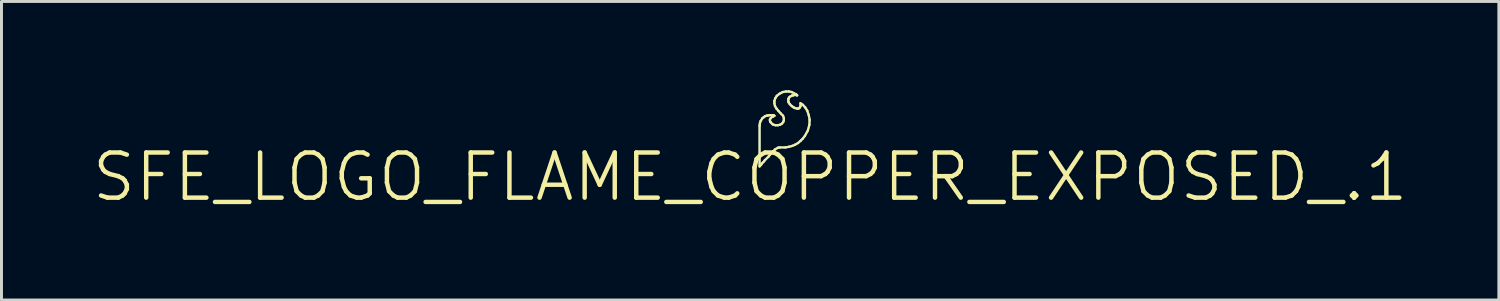
<source format=kicad_pcb>
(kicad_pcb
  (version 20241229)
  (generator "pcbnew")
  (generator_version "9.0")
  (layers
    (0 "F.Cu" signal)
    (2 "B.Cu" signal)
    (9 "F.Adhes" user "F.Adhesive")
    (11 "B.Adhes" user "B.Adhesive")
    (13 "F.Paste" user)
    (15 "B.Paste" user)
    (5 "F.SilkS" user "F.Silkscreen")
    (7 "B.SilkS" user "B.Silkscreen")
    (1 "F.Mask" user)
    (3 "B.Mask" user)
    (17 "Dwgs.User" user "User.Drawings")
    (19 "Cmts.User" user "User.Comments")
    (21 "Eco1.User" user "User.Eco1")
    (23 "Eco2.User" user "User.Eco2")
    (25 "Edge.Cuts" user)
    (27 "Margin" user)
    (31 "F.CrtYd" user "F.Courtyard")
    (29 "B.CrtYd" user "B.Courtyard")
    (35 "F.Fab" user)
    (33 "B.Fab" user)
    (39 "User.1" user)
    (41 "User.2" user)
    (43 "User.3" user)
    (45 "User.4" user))
  (footprint "SFE_LOGO_FLAME_COPPER_EXPOSED_.1"
    (layer "F.Cu")
    (at 22.279 2.926)
    (property "Reference" "SFE_LOGO_FLAME_COPPER_EXPOSED_.1" (at 0 0 0) (layer "F.SilkS") (effects (font (size 1.524 1.524) (thickness 0.15))))
    (attr exclude_from_pos_files exclude_from_bom)
    (fp_line (start 0.318 -1.73) (end 0.318 -0.358) (stroke (width 0.076) (type solid)) (layer "B.Cu"))
    (fp_line (start 0.318 -0.358) (end 0.368 -0.409) (stroke (width 0.076) (type solid)) (layer "B.Cu"))
    (fp_line (start 0.328 -1.808) (end 0.318 -1.73) (stroke (width 0.076) (type solid)) (layer "B.Cu"))
    (fp_line (start 0.348 -1.88) (end 0.328 -1.808) (stroke (width 0.076) (type solid)) (layer "B.Cu"))
    (fp_line (start 0.368 -0.409) (end 0.399 -0.46) (stroke (width 0.076) (type solid)) (layer "B.Cu"))
    (fp_line (start 0.399 -0.46) (end 0.45 -0.508) (stroke (width 0.076) (type solid)) (layer "B.Cu"))
    (fp_line (start 0.409 -1.979) (end 0.348 -1.88) (stroke (width 0.076) (type solid)) (layer "B.Cu"))
    (fp_line (start 0.45 -0.508) (end 0.498 -0.569) (stroke (width 0.076) (type solid)) (layer "B.Cu"))
    (fp_line (start 0.46 -2.019) (end 0.409 -1.979) (stroke (width 0.076) (type solid)) (layer "B.Cu"))
    (fp_line (start 0.498 -2.05) (end 0.46 -2.019) (stroke (width 0.076) (type solid)) (layer "B.Cu"))
    (fp_line (start 0.498 -0.569) (end 0.62 -0.688) (stroke (width 0.076) (type solid)) (layer "B.Cu"))
    (fp_line (start 0.549 -2.068) (end 0.498 -2.05) (stroke (width 0.076) (type solid)) (layer "B.Cu"))
    (fp_line (start 0.599 -2.078) (end 0.549 -2.068) (stroke (width 0.076) (type solid)) (layer "B.Cu"))
    (fp_line (start 0.62 -0.688) (end 0.739 -0.828) (stroke (width 0.076) (type solid)) (layer "B.Cu"))
    (fp_line (start 0.658 -2.088) (end 0.599 -2.078) (stroke (width 0.076) (type solid)) (layer "B.Cu"))
    (fp_line (start 0.668 -1.938) (end 0.678 -1.968) (stroke (width 0.076) (type solid)) (layer "B.Cu"))
    (fp_line (start 0.668 -1.9) (end 0.668 -1.938) (stroke (width 0.076) (type solid)) (layer "B.Cu"))
    (fp_line (start 0.678 -1.968) (end 0.739 -2.029) (stroke (width 0.076) (type solid)) (layer "B.Cu"))
    (fp_line (start 0.678 -1.869) (end 0.668 -1.9) (stroke (width 0.076) (type solid)) (layer "B.Cu"))
    (fp_line (start 0.699 -1.839) (end 0.678 -1.869) (stroke (width 0.076) (type solid)) (layer "B.Cu"))
    (fp_line (start 0.739 -2.029) (end 0.77 -2.04) (stroke (width 0.076) (type solid)) (layer "B.Cu"))
    (fp_line (start 0.739 -0.828) (end 0.838 -0.93) (stroke (width 0.076) (type solid)) (layer "B.Cu"))
    (fp_line (start 0.759 -1.778) (end 0.699 -1.839) (stroke (width 0.076) (type solid)) (layer "B.Cu"))
    (fp_line (start 0.77 -2.04) (end 0.808 -2.06) (stroke (width 0.076) (type solid)) (layer "B.Cu"))
    (fp_line (start 0.78 -2.088) (end 0.658 -2.088) (stroke (width 0.076) (type solid)) (layer "B.Cu"))
    (fp_line (start 0.808 -2.06) (end 0.818 -2.068) (stroke (width 0.076) (type solid)) (layer "B.Cu"))
    (fp_line (start 0.808 -1.758) (end 0.759 -1.778) (stroke (width 0.076) (type solid)) (layer "B.Cu"))
    (fp_line (start 0.818 -2.568) (end 0.818 -2.489) (stroke (width 0.076) (type solid)) (layer "B.Cu"))
    (fp_line (start 0.818 -2.489) (end 0.838 -2.398) (stroke (width 0.076) (type solid)) (layer "B.Cu"))
    (fp_line (start 0.818 -2.068) (end 0.78 -2.088) (stroke (width 0.076) (type solid)) (layer "B.Cu"))
    (fp_line (start 0.838 -2.398) (end 0.889 -2.309) (stroke (width 0.076) (type solid)) (layer "B.Cu"))
    (fp_line (start 0.838 -0.93) (end 0.94 -0.988) (stroke (width 0.076) (type solid)) (layer "B.Cu"))
    (fp_line (start 0.848 -2.659) (end 0.818 -2.568) (stroke (width 0.076) (type solid)) (layer "B.Cu"))
    (fp_line (start 0.859 -1.748) (end 0.808 -1.758) (stroke (width 0.076) (type solid)) (layer "B.Cu"))
    (fp_line (start 0.889 -2.309) (end 0.958 -2.228) (stroke (width 0.076) (type solid)) (layer "B.Cu"))
    (fp_line (start 0.899 -2.738) (end 0.848 -2.659) (stroke (width 0.076) (type solid)) (layer "B.Cu"))
    (fp_line (start 0.94 -1.748) (end 0.859 -1.748) (stroke (width 0.076) (type solid)) (layer "B.Cu"))
    (fp_line (start 0.94 -0.988) (end 0.998 -0.998) (stroke (width 0.076) (type solid)) (layer "B.Cu"))
    (fp_line (start 0.958 -2.228) (end 1.039 -2.139) (stroke (width 0.076) (type solid)) (layer "B.Cu"))
    (fp_line (start 0.988 -2.809) (end 0.899 -2.738) (stroke (width 0.076) (type solid)) (layer "B.Cu"))
    (fp_line (start 0.998 -0.998) (end 1.189 -0.998) (stroke (width 0.076) (type solid)) (layer "B.Cu"))
    (fp_line (start 1.019 -1.768) (end 0.94 -1.748) (stroke (width 0.076) (type solid)) (layer "B.Cu"))
    (fp_line (start 1.039 -2.139) (end 1.11 -2.068) (stroke (width 0.076) (type solid)) (layer "B.Cu"))
    (fp_line (start 1.079 -1.808) (end 1.019 -1.768) (stroke (width 0.076) (type solid)) (layer "B.Cu"))
    (fp_line (start 1.1 -2.868) (end 0.988 -2.809) (stroke (width 0.076) (type solid)) (layer "B.Cu"))
    (fp_line (start 1.11 -2.068) (end 1.138 -1.989) (stroke (width 0.076) (type solid)) (layer "B.Cu"))
    (fp_line (start 1.118 -1.859) (end 1.079 -1.808) (stroke (width 0.076) (type solid)) (layer "B.Cu"))
    (fp_line (start 1.138 -1.989) (end 1.138 -1.918) (stroke (width 0.076) (type solid)) (layer "B.Cu"))
    (fp_line (start 1.138 -1.918) (end 1.118 -1.859) (stroke (width 0.076) (type solid)) (layer "B.Cu"))
    (fp_line (start 1.189 -0.998) (end 1.308 -1.019) (stroke (width 0.076) (type solid)) (layer "B.Cu"))
    (fp_line (start 1.209 -2.888) (end 1.1 -2.868) (stroke (width 0.076) (type solid)) (layer "B.Cu"))
    (fp_line (start 1.288 -2.619) (end 1.298 -2.649) (stroke (width 0.076) (type solid)) (layer "B.Cu"))
    (fp_line (start 1.288 -2.558) (end 1.288 -2.619) (stroke (width 0.076) (type solid)) (layer "B.Cu"))
    (fp_line (start 1.298 -2.649) (end 1.308 -2.67) (stroke (width 0.076) (type solid)) (layer "B.Cu"))
    (fp_line (start 1.298 -2.52) (end 1.288 -2.558) (stroke (width 0.076) (type solid)) (layer "B.Cu"))
    (fp_line (start 1.308 -2.888) (end 1.209 -2.888) (stroke (width 0.076) (type solid)) (layer "B.Cu"))
    (fp_line (start 1.308 -2.67) (end 1.328 -2.697) (stroke (width 0.076) (type solid)) (layer "B.Cu"))
    (fp_line (start 1.308 -1.019) (end 1.42 -1.049) (stroke (width 0.076) (type solid)) (layer "B.Cu"))
    (fp_line (start 1.328 -2.697) (end 1.369 -2.728) (stroke (width 0.076) (type solid)) (layer "B.Cu"))
    (fp_line (start 1.339 -2.459) (end 1.298 -2.52) (stroke (width 0.076) (type solid)) (layer "B.Cu"))
    (fp_line (start 1.369 -2.728) (end 1.41 -2.748) (stroke (width 0.076) (type solid)) (layer "B.Cu"))
    (fp_line (start 1.4 -2.868) (end 1.308 -2.888) (stroke (width 0.076) (type solid)) (layer "B.Cu"))
    (fp_line (start 1.4 -2.398) (end 1.339 -2.459) (stroke (width 0.076) (type solid)) (layer "B.Cu"))
    (fp_line (start 1.41 -2.748) (end 1.458 -2.758) (stroke (width 0.076) (type solid)) (layer "B.Cu"))
    (fp_line (start 1.42 -1.049) (end 1.519 -1.09) (stroke (width 0.076) (type solid)) (layer "B.Cu"))
    (fp_line (start 1.438 -2.37) (end 1.4 -2.398) (stroke (width 0.076) (type solid)) (layer "B.Cu"))
    (fp_line (start 1.458 -2.758) (end 1.499 -2.769) (stroke (width 0.076) (type solid)) (layer "B.Cu"))
    (fp_line (start 1.468 -2.349) (end 1.438 -2.37) (stroke (width 0.076) (type solid)) (layer "B.Cu"))
    (fp_line (start 1.499 -2.769) (end 1.56 -2.769) (stroke (width 0.076) (type solid)) (layer "B.Cu"))
    (fp_line (start 1.509 -2.329) (end 1.468 -2.349) (stroke (width 0.076) (type solid)) (layer "B.Cu"))
    (fp_line (start 1.519 -1.09) (end 1.618 -1.148) (stroke (width 0.076) (type solid)) (layer "B.Cu"))
    (fp_line (start 1.539 -2.799) (end 1.4 -2.868) (stroke (width 0.076) (type solid)) (layer "B.Cu"))
    (fp_line (start 1.56 -2.769) (end 1.58 -2.758) (stroke (width 0.076) (type solid)) (layer "B.Cu"))
    (fp_line (start 1.58 -2.769) (end 1.539 -2.799) (stroke (width 0.076) (type solid)) (layer "B.Cu"))
    (fp_line (start 1.58 -2.758) (end 1.587 -2.758) (stroke (width 0.076) (type solid)) (layer "B.Cu"))
    (fp_line (start 1.587 -2.758) (end 1.58 -2.769) (stroke (width 0.076) (type solid)) (layer "B.Cu"))
    (fp_line (start 1.587 -2.309) (end 1.509 -2.329) (stroke (width 0.076) (type solid)) (layer "B.Cu"))
    (fp_line (start 1.618 -2.309) (end 1.587 -2.309) (stroke (width 0.076) (type solid)) (layer "B.Cu"))
    (fp_line (start 1.618 -1.148) (end 1.699 -1.219) (stroke (width 0.076) (type solid)) (layer "B.Cu"))
    (fp_line (start 1.648 -2.319) (end 1.618 -2.309) (stroke (width 0.076) (type solid)) (layer "B.Cu"))
    (fp_line (start 1.679 -2.349) (end 1.648 -2.319) (stroke (width 0.076) (type solid)) (layer "B.Cu"))
    (fp_line (start 1.689 -2.37) (end 1.679 -2.349) (stroke (width 0.076) (type solid)) (layer "B.Cu"))
    (fp_line (start 1.699 -2.489) (end 1.699 -2.398) (stroke (width 0.076) (type solid)) (layer "B.Cu"))
    (fp_line (start 1.699 -2.398) (end 1.689 -2.37) (stroke (width 0.076) (type solid)) (layer "B.Cu"))
    (fp_line (start 1.699 -1.219) (end 1.778 -1.298) (stroke (width 0.076) (type solid)) (layer "B.Cu"))
    (fp_line (start 1.778 -2.438) (end 1.699 -2.489) (stroke (width 0.076) (type solid)) (layer "B.Cu"))
    (fp_line (start 1.778 -1.298) (end 1.849 -1.389) (stroke (width 0.076) (type solid)) (layer "B.Cu"))
    (fp_line (start 1.849 -1.389) (end 1.948 -1.57) (stroke (width 0.076) (type solid)) (layer "B.Cu"))
    (fp_line (start 1.859 -2.349) (end 1.778 -2.438) (stroke (width 0.076) (type solid)) (layer "B.Cu"))
    (fp_line (start 1.928 -2.238) (end 1.859 -2.349) (stroke (width 0.076) (type solid)) (layer "B.Cu"))
    (fp_line (start 1.948 -1.57) (end 1.999 -1.758) (stroke (width 0.076) (type solid)) (layer "B.Cu"))
    (fp_line (start 1.979 -2.088) (end 1.928 -2.238) (stroke (width 0.076) (type solid)) (layer "B.Cu"))
    (fp_line (start 1.999 -1.758) (end 2.009 -1.928) (stroke (width 0.076) (type solid)) (layer "B.Cu"))
    (fp_line (start 2.009 -1.928) (end 1.979 -2.088) (stroke (width 0.076) (type solid)) (layer "B.Cu"))
    (fp_line (start 0.318 -1.73) (end 0.318 -0.358) (stroke (width 0.076) (type solid)) (layer "F.SilkS"))
    (fp_line (start 0.318 -0.358) (end 0.368 -0.409) (stroke (width 0.076) (type solid)) (layer "F.SilkS"))
    (fp_line (start 0.328 -1.808) (end 0.318 -1.73) (stroke (width 0.076) (type solid)) (layer "F.SilkS"))
    (fp_line (start 0.348 -1.88) (end 0.328 -1.808) (stroke (width 0.076) (type solid)) (layer "F.SilkS"))
    (fp_line (start 0.368 -0.409) (end 0.399 -0.46) (stroke (width 0.076) (type solid)) (layer "F.SilkS"))
    (fp_line (start 0.399 -0.46) (end 0.45 -0.508) (stroke (width 0.076) (type solid)) (layer "F.SilkS"))
    (fp_line (start 0.409 -1.979) (end 0.348 -1.88) (stroke (width 0.076) (type solid)) (layer "F.SilkS"))
    (fp_line (start 0.45 -0.508) (end 0.498 -0.569) (stroke (width 0.076) (type solid)) (layer "F.SilkS"))
    (fp_line (start 0.46 -2.019) (end 0.409 -1.979) (stroke (width 0.076) (type solid)) (layer "F.SilkS"))
    (fp_line (start 0.498 -2.05) (end 0.46 -2.019) (stroke (width 0.076) (type solid)) (layer "F.SilkS"))
    (fp_line (start 0.498 -0.569) (end 0.62 -0.688) (stroke (width 0.076) (type solid)) (layer "F.SilkS"))
    (fp_line (start 0.549 -2.068) (end 0.498 -2.05) (stroke (width 0.076) (type solid)) (layer "F.SilkS"))
    (fp_line (start 0.599 -2.078) (end 0.549 -2.068) (stroke (width 0.076) (type solid)) (layer "F.SilkS"))
    (fp_line (start 0.62 -0.688) (end 0.739 -0.828) (stroke (width 0.076) (type solid)) (layer "F.SilkS"))
    (fp_line (start 0.658 -2.088) (end 0.599 -2.078) (stroke (width 0.076) (type solid)) (layer "F.SilkS"))
    (fp_line (start 0.668 -1.938) (end 0.678 -1.968) (stroke (width 0.076) (type solid)) (layer "F.SilkS"))
    (fp_line (start 0.668 -1.9) (end 0.668 -1.938) (stroke (width 0.076) (type solid)) (layer "F.SilkS"))
    (fp_line (start 0.678 -1.968) (end 0.739 -2.029) (stroke (width 0.076) (type solid)) (layer "F.SilkS"))
    (fp_line (start 0.678 -1.869) (end 0.668 -1.9) (stroke (width 0.076) (type solid)) (layer "F.SilkS"))
    (fp_line (start 0.699 -1.839) (end 0.678 -1.869) (stroke (width 0.076) (type solid)) (layer "F.SilkS"))
    (fp_line (start 0.739 -2.029) (end 0.77 -2.04) (stroke (width 0.076) (type solid)) (layer "F.SilkS"))
    (fp_line (start 0.739 -0.828) (end 0.838 -0.93) (stroke (width 0.076) (type solid)) (layer "F.SilkS"))
    (fp_line (start 0.759 -1.778) (end 0.699 -1.839) (stroke (width 0.076) (type solid)) (layer "F.SilkS"))
    (fp_line (start 0.77 -2.04) (end 0.808 -2.06) (stroke (width 0.076) (type solid)) (layer "F.SilkS"))
    (fp_line (start 0.78 -2.088) (end 0.658 -2.088) (stroke (width 0.076) (type solid)) (layer "F.SilkS"))
    (fp_line (start 0.808 -2.06) (end 0.818 -2.068) (stroke (width 0.076) (type solid)) (layer "F.SilkS"))
    (fp_line (start 0.808 -1.758) (end 0.759 -1.778) (stroke (width 0.076) (type solid)) (layer "F.SilkS"))
    (fp_line (start 0.818 -2.568) (end 0.818 -2.489) (stroke (width 0.076) (type solid)) (layer "F.SilkS"))
    (fp_line (start 0.818 -2.489) (end 0.838 -2.398) (stroke (width 0.076) (type solid)) (layer "F.SilkS"))
    (fp_line (start 0.818 -2.068) (end 0.78 -2.088) (stroke (width 0.076) (type solid)) (layer "F.SilkS"))
    (fp_line (start 0.838 -2.398) (end 0.889 -2.309) (stroke (width 0.076) (type solid)) (layer "F.SilkS"))
    (fp_line (start 0.838 -0.93) (end 0.94 -0.988) (stroke (width 0.076) (type solid)) (layer "F.SilkS"))
    (fp_line (start 0.848 -2.659) (end 0.818 -2.568) (stroke (width 0.076) (type solid)) (layer "F.SilkS"))
    (fp_line (start 0.859 -1.748) (end 0.808 -1.758) (stroke (width 0.076) (type solid)) (layer "F.SilkS"))
    (fp_line (start 0.889 -2.309) (end 0.958 -2.228) (stroke (width 0.076) (type solid)) (layer "F.SilkS"))
    (fp_line (start 0.899 -2.738) (end 0.848 -2.659) (stroke (width 0.076) (type solid)) (layer "F.SilkS"))
    (fp_line (start 0.94 -1.748) (end 0.859 -1.748) (stroke (width 0.076) (type solid)) (layer "F.SilkS"))
    (fp_line (start 0.94 -0.988) (end 0.998 -0.998) (stroke (width 0.076) (type solid)) (layer "F.SilkS"))
    (fp_line (start 0.958 -2.228) (end 1.039 -2.139) (stroke (width 0.076) (type solid)) (layer "F.SilkS"))
    (fp_line (start 0.988 -2.809) (end 0.899 -2.738) (stroke (width 0.076) (type solid)) (layer "F.SilkS"))
    (fp_line (start 0.998 -0.998) (end 1.189 -0.998) (stroke (width 0.076) (type solid)) (layer "F.SilkS"))
    (fp_line (start 1.019 -1.768) (end 0.94 -1.748) (stroke (width 0.076) (type solid)) (layer "F.SilkS"))
    (fp_line (start 1.039 -2.139) (end 1.11 -2.068) (stroke (width 0.076) (type solid)) (layer "F.SilkS"))
    (fp_line (start 1.079 -1.808) (end 1.019 -1.768) (stroke (width 0.076) (type solid)) (layer "F.SilkS"))
    (fp_line (start 1.1 -2.868) (end 0.988 -2.809) (stroke (width 0.076) (type solid)) (layer "F.SilkS"))
    (fp_line (start 1.11 -2.068) (end 1.138 -1.989) (stroke (width 0.076) (type solid)) (layer "F.SilkS"))
    (fp_line (start 1.118 -1.859) (end 1.079 -1.808) (stroke (width 0.076) (type solid)) (layer "F.SilkS"))
    (fp_line (start 1.138 -1.989) (end 1.138 -1.918) (stroke (width 0.076) (type solid)) (layer "F.SilkS"))
    (fp_line (start 1.138 -1.918) (end 1.118 -1.859) (stroke (width 0.076) (type solid)) (layer "F.SilkS"))
    (fp_line (start 1.189 -0.998) (end 1.308 -1.019) (stroke (width 0.076) (type solid)) (layer "F.SilkS"))
    (fp_line (start 1.209 -2.888) (end 1.1 -2.868) (stroke (width 0.076) (type solid)) (layer "F.SilkS"))
    (fp_line (start 1.288 -2.619) (end 1.298 -2.649) (stroke (width 0.076) (type solid)) (layer "F.SilkS"))
    (fp_line (start 1.288 -2.558) (end 1.288 -2.619) (stroke (width 0.076) (type solid)) (layer "F.SilkS"))
    (fp_line (start 1.298 -2.649) (end 1.308 -2.67) (stroke (width 0.076) (type solid)) (layer "F.SilkS"))
    (fp_line (start 1.298 -2.52) (end 1.288 -2.558) (stroke (width 0.076) (type solid)) (layer "F.SilkS"))
    (fp_line (start 1.308 -2.888) (end 1.209 -2.888) (stroke (width 0.076) (type solid)) (layer "F.SilkS"))
    (fp_line (start 1.308 -2.67) (end 1.328 -2.697) (stroke (width 0.076) (type solid)) (layer "F.SilkS"))
    (fp_line (start 1.308 -1.019) (end 1.42 -1.049) (stroke (width 0.076) (type solid)) (layer "F.SilkS"))
    (fp_line (start 1.328 -2.697) (end 1.369 -2.728) (stroke (width 0.076) (type solid)) (layer "F.SilkS"))
    (fp_line (start 1.339 -2.459) (end 1.298 -2.52) (stroke (width 0.076) (type solid)) (layer "F.SilkS"))
    (fp_line (start 1.369 -2.728) (end 1.41 -2.748) (stroke (width 0.076) (type solid)) (layer "F.SilkS"))
    (fp_line (start 1.4 -2.868) (end 1.308 -2.888) (stroke (width 0.076) (type solid)) (layer "F.SilkS"))
    (fp_line (start 1.4 -2.398) (end 1.339 -2.459) (stroke (width 0.076) (type solid)) (layer "F.SilkS"))
    (fp_line (start 1.41 -2.748) (end 1.458 -2.758) (stroke (width 0.076) (type solid)) (layer "F.SilkS"))
    (fp_line (start 1.42 -1.049) (end 1.519 -1.09) (stroke (width 0.076) (type solid)) (layer "F.SilkS"))
    (fp_line (start 1.438 -2.37) (end 1.4 -2.398) (stroke (width 0.076) (type solid)) (layer "F.SilkS"))
    (fp_line (start 1.458 -2.758) (end 1.499 -2.769) (stroke (width 0.076) (type solid)) (layer "F.SilkS"))
    (fp_line (start 1.468 -2.349) (end 1.438 -2.37) (stroke (width 0.076) (type solid)) (layer "F.SilkS"))
    (fp_line (start 1.499 -2.769) (end 1.56 -2.769) (stroke (width 0.076) (type solid)) (layer "F.SilkS"))
    (fp_line (start 1.509 -2.329) (end 1.468 -2.349) (stroke (width 0.076) (type solid)) (layer "F.SilkS"))
    (fp_line (start 1.519 -1.09) (end 1.618 -1.148) (stroke (width 0.076) (type solid)) (layer "F.SilkS"))
    (fp_line (start 1.539 -2.799) (end 1.4 -2.868) (stroke (width 0.076) (type solid)) (layer "F.SilkS"))
    (fp_line (start 1.56 -2.769) (end 1.58 -2.758) (stroke (width 0.076) (type solid)) (layer "F.SilkS"))
    (fp_line (start 1.58 -2.769) (end 1.539 -2.799) (stroke (width 0.076) (type solid)) (layer "F.SilkS"))
    (fp_line (start 1.58 -2.758) (end 1.587 -2.758) (stroke (width 0.076) (type solid)) (layer "F.SilkS"))
    (fp_line (start 1.587 -2.758) (end 1.58 -2.769) (stroke (width 0.076) (type solid)) (layer "F.SilkS"))
    (fp_line (start 1.587 -2.309) (end 1.509 -2.329) (stroke (width 0.076) (type solid)) (layer "F.SilkS"))
    (fp_line (start 1.618 -2.309) (end 1.587 -2.309) (stroke (width 0.076) (type solid)) (layer "F.SilkS"))
    (fp_line (start 1.618 -1.148) (end 1.699 -1.219) (stroke (width 0.076) (type solid)) (layer "F.SilkS"))
    (fp_line (start 1.648 -2.319) (end 1.618 -2.309) (stroke (width 0.076) (type solid)) (layer "F.SilkS"))
    (fp_line (start 1.679 -2.349) (end 1.648 -2.319) (stroke (width 0.076) (type solid)) (layer "F.SilkS"))
    (fp_line (start 1.689 -2.37) (end 1.679 -2.349) (stroke (width 0.076) (type solid)) (layer "F.SilkS"))
    (fp_line (start 1.699 -2.489) (end 1.699 -2.398) (stroke (width 0.076) (type solid)) (layer "F.SilkS"))
    (fp_line (start 1.699 -2.398) (end 1.689 -2.37) (stroke (width 0.076) (type solid)) (layer "F.SilkS"))
    (fp_line (start 1.699 -1.219) (end 1.778 -1.298) (stroke (width 0.076) (type solid)) (layer "F.SilkS"))
    (fp_line (start 1.778 -2.438) (end 1.699 -2.489) (stroke (width 0.076) (type solid)) (layer "F.SilkS"))
    (fp_line (start 1.778 -1.298) (end 1.849 -1.389) (stroke (width 0.076) (type solid)) (layer "F.SilkS"))
    (fp_line (start 1.849 -1.389) (end 1.948 -1.57) (stroke (width 0.076) (type solid)) (layer "F.SilkS"))
    (fp_line (start 1.859 -2.349) (end 1.778 -2.438) (stroke (width 0.076) (type solid)) (layer "F.SilkS"))
    (fp_line (start 1.928 -2.238) (end 1.859 -2.349) (stroke (width 0.076) (type solid)) (layer "F.SilkS"))
    (fp_line (start 1.948 -1.57) (end 1.999 -1.758) (stroke (width 0.076) (type solid)) (layer "F.SilkS"))
    (fp_line (start 1.979 -2.088) (end 1.928 -2.238) (stroke (width 0.076) (type solid)) (layer "F.SilkS"))
    (fp_line (start 1.999 -1.758) (end 2.009 -1.928) (stroke (width 0.076) (type solid)) (layer "F.SilkS"))
    (fp_line (start 2.009 -1.928) (end 1.979 -2.088) (stroke (width 0.076) (type solid)) (layer "F.SilkS")))
  (gr_rect
    (start -3 -3)
    (end 47.559 7.081)
    (stroke (width 0.1) (type default))
    (fill no)
    (layer "Edge.Cuts")))
</source>
